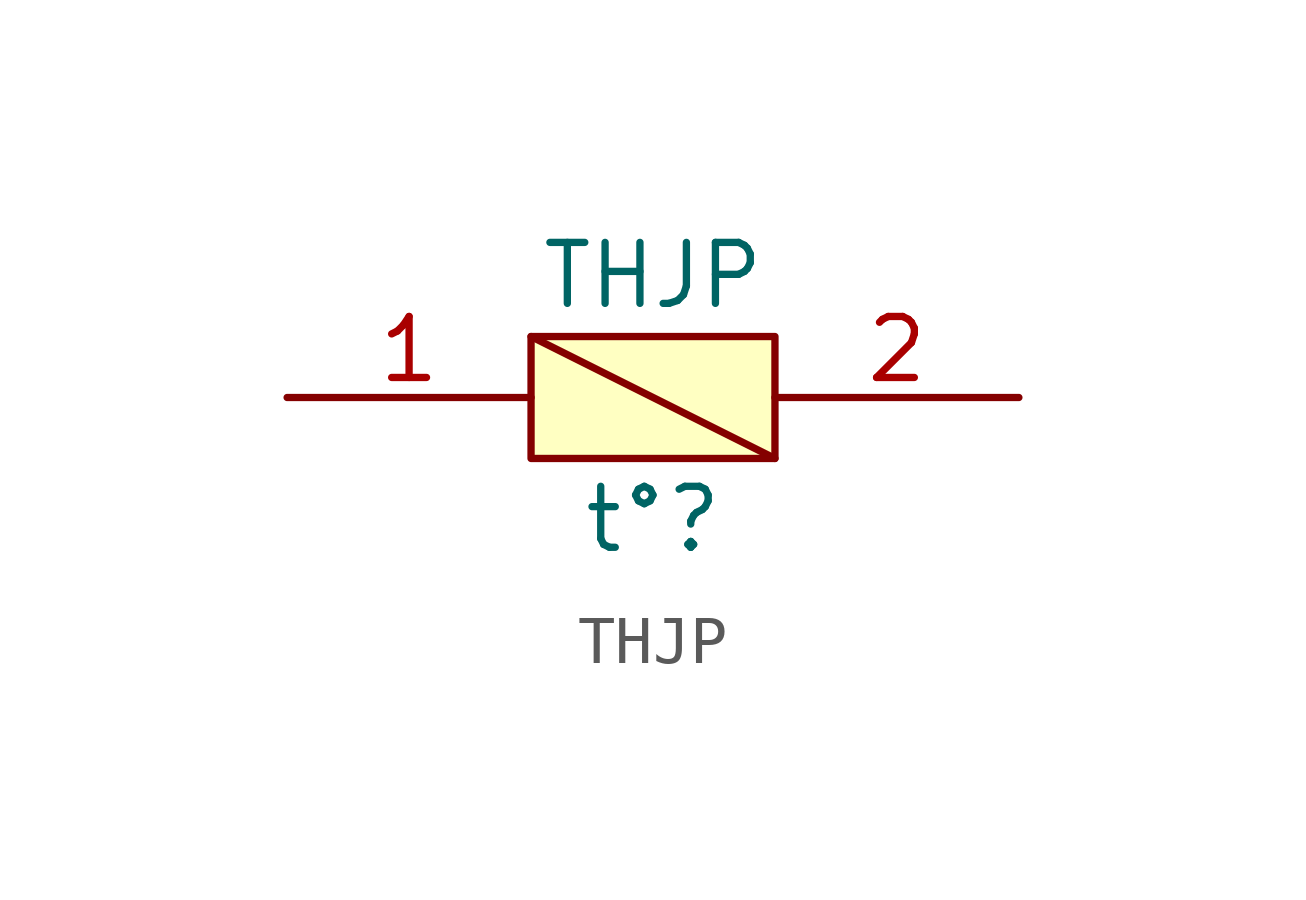
<source format=kicad_sym>
(kicad_symbol_lib
  (version 20211014)
  (generator kicad_symbol_editor)
  (symbol "THJP"
    (pin_names
      (offset 1.016))
    (property "Reference" "t°"
      (at 0 -2.54 0)
      (effects (font (size 1.27 1.27))))
    (property "Value" "THJP"
      (at 0 2.54 0)
      (effects (font (size 1.27 1.27))))
    (symbol "THJP_0_0"
      (pin passive line (at -7.62 0 0) (length 5.08) (name "~" (effects (font (size 1.27 1.27)))) (number "1" (effects (font (size 1.27 1.27)))))
      (pin passive line (at 7.62 0 180) (length 5.08) (name "~" (effects (font (size 1.27 1.27)))) (number "2" (effects (font (size 1.27 1.27))))))
    (symbol "THJP_0_1"
      (rectangle (start -2.54 1.27) (end 2.54 -1.27) (stroke (width 0) (type default) (color 0 0 0 0)) (fill (type background)))
      (polyline (pts (xy -2.54 1.27) (xy 2.54 -1.27)) (stroke (width 0) (type default) (color 0 0 0 0)) (fill (type none))))))
</source>
